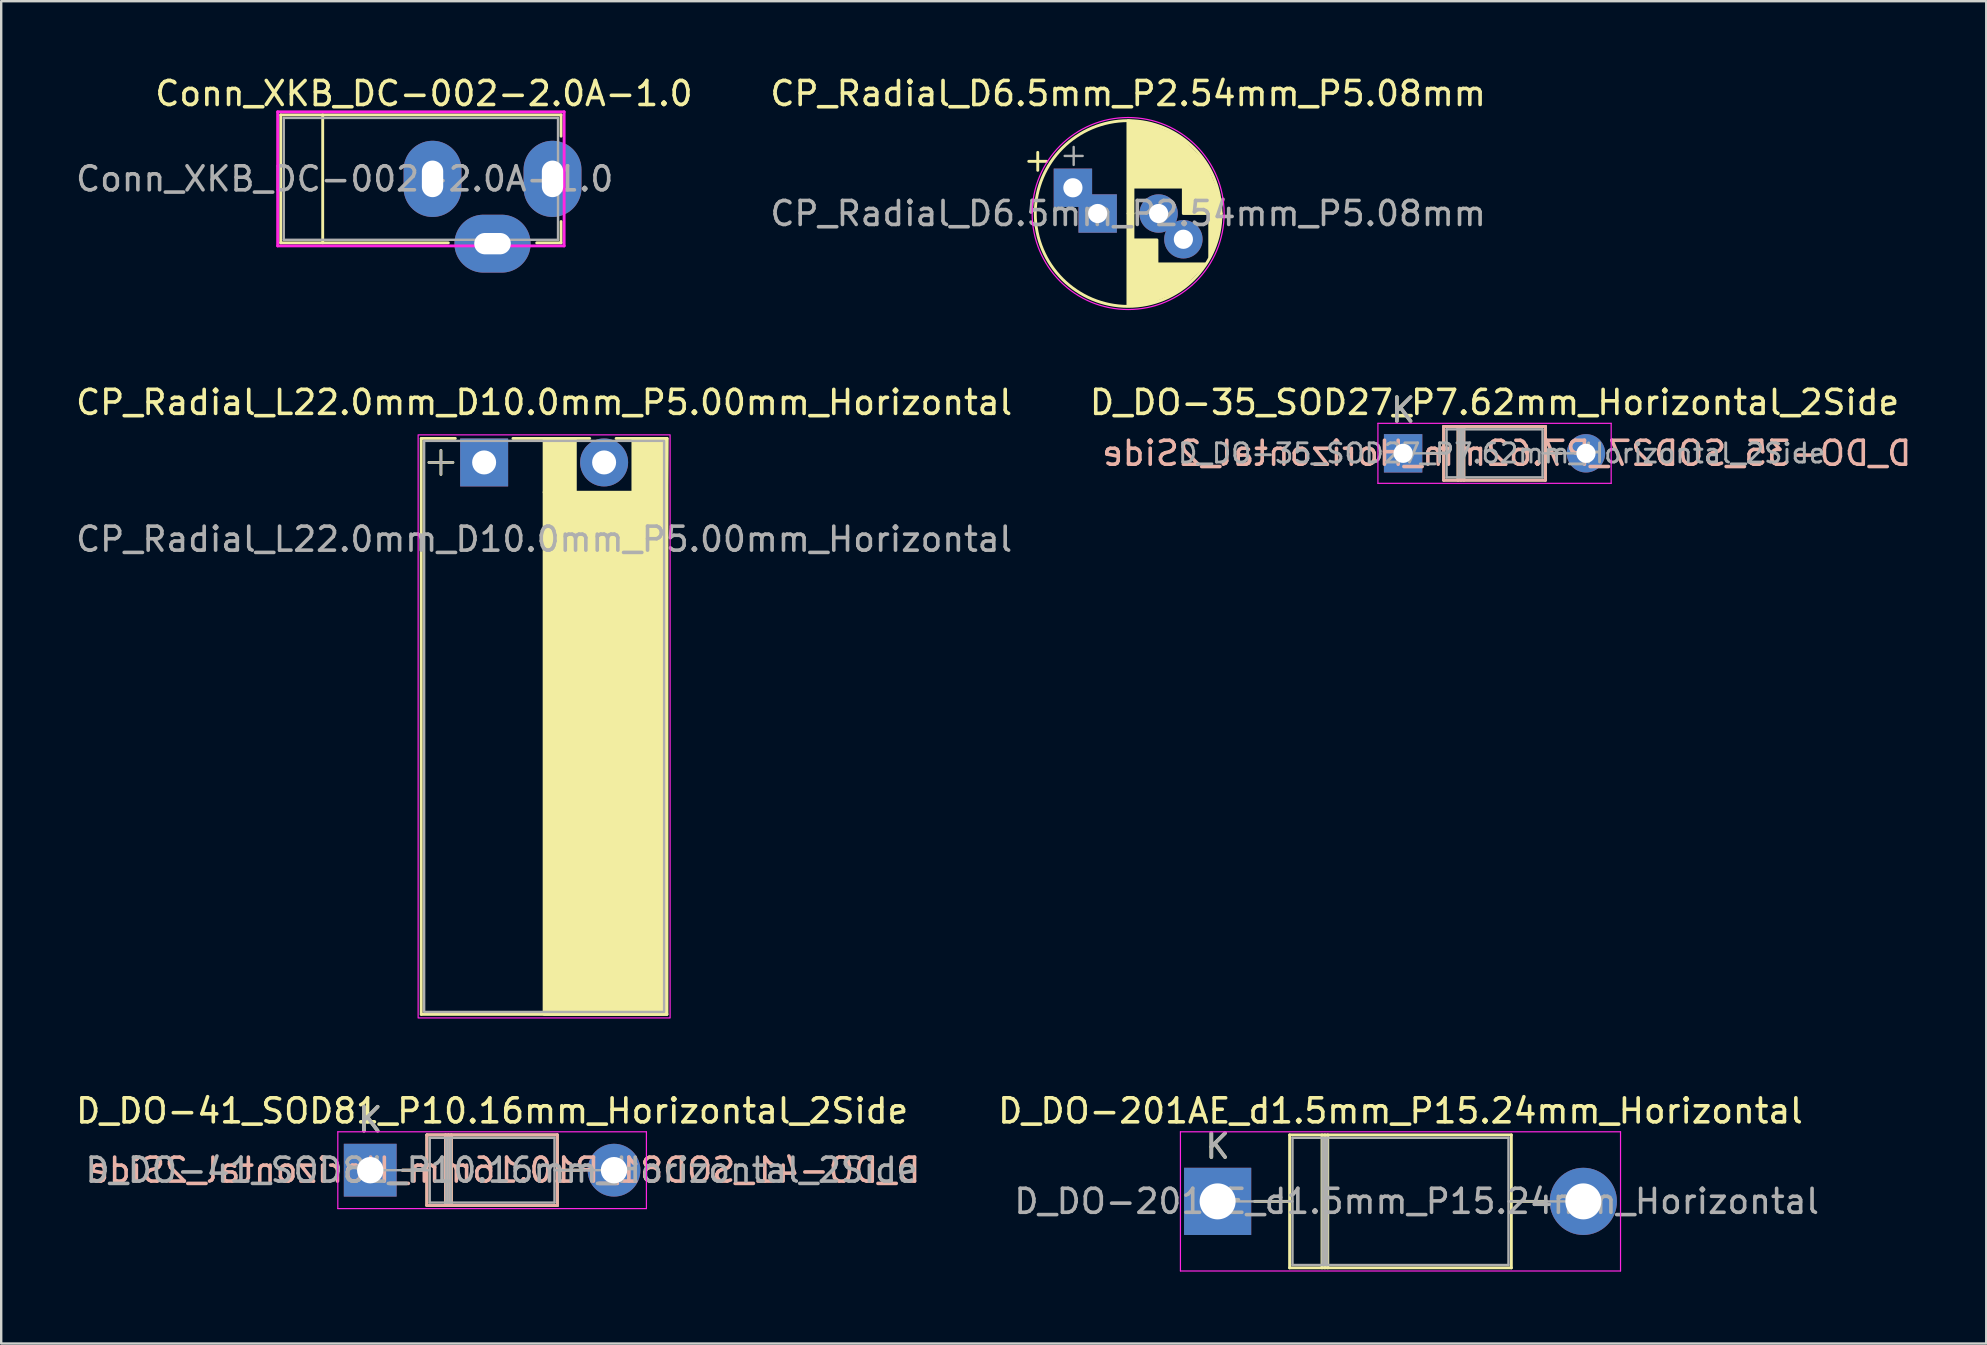
<source format=kicad_pcb>
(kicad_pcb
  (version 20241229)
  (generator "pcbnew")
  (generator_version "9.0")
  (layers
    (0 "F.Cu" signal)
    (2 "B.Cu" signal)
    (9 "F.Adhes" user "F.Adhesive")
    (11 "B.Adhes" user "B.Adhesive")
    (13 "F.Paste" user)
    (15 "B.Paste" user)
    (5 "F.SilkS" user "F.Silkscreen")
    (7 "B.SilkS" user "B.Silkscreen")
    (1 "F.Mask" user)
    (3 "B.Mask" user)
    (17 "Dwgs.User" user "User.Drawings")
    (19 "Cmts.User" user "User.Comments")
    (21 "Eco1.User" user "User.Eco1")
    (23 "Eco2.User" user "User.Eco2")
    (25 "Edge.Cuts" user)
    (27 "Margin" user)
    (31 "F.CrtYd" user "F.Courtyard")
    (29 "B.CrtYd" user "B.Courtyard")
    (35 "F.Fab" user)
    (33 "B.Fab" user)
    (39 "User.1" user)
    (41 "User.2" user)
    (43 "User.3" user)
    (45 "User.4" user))
  (footprint "D_DO-201AE_d1.5mm_P15.24mm_Horizontal"
    (layer "F.Cu")
    (at 47.692 47.015)
    (property "Reference" "D_DO-201AE_d1.5mm_P15.24mm_Horizontal" (at 7.62 -3.77 0) (layer "F.SilkS") (effects (font (size 1 1) (thickness 0.15))))
    (attr through_hole)
    (fp_line (start 1.54 0) (end 3 0) (stroke (width 0.12) (type solid)) (layer "F.SilkS"))
    (fp_line (start 3 -2.77) (end 3 2.77) (stroke (width 0.12) (type solid)) (layer "F.SilkS"))
    (fp_line (start 3 2.77) (end 12.24 2.77) (stroke (width 0.12) (type solid)) (layer "F.SilkS"))
    (fp_line (start 4.35 -2.77) (end 4.35 2.77) (stroke (width 0.12) (type solid)) (layer "F.SilkS"))
    (fp_line (start 4.47 -2.77) (end 4.47 2.77) (stroke (width 0.12) (type solid)) (layer "F.SilkS"))
    (fp_line (start 4.59 -2.77) (end 4.59 2.77) (stroke (width 0.12) (type solid)) (layer "F.SilkS"))
    (fp_line (start 12.24 -2.77) (end 3 -2.77) (stroke (width 0.12) (type solid)) (layer "F.SilkS"))
    (fp_line (start 12.24 2.77) (end 12.24 -2.77) (stroke (width 0.12) (type solid)) (layer "F.SilkS"))
    (fp_line (start 13.7 0) (end 12.24 0) (stroke (width 0.12) (type solid)) (layer "F.SilkS"))
    (fp_line (start -1.55 -2.9) (end -1.55 2.9) (stroke (width 0.05) (type solid)) (layer "F.CrtYd"))
    (fp_line (start -1.55 2.9) (end 16.79 2.9) (stroke (width 0.05) (type solid)) (layer "F.CrtYd"))
    (fp_line (start 16.79 -2.9) (end -1.55 -2.9) (stroke (width 0.05) (type solid)) (layer "F.CrtYd"))
    (fp_line (start 16.79 2.9) (end 16.79 -2.9) (stroke (width 0.05) (type solid)) (layer "F.CrtYd"))
    (fp_line (start 0 0) (end 3.12 0) (stroke (width 0.1) (type solid)) (layer "F.Fab"))
    (fp_line (start 3.12 -2.65) (end 3.12 2.65) (stroke (width 0.1) (type solid)) (layer "F.Fab"))
    (fp_line (start 3.12 2.65) (end 12.12 2.65) (stroke (width 0.1) (type solid)) (layer "F.Fab"))
    (fp_line (start 4.37 -2.65) (end 4.37 2.65) (stroke (width 0.1) (type solid)) (layer "F.Fab"))
    (fp_line (start 4.47 -2.65) (end 4.47 2.65) (stroke (width 0.1) (type solid)) (layer "F.Fab"))
    (fp_line (start 4.57 -2.65) (end 4.57 2.65) (stroke (width 0.1) (type solid)) (layer "F.Fab"))
    (fp_line (start 12.12 -2.65) (end 3.12 -2.65) (stroke (width 0.1) (type solid)) (layer "F.Fab"))
    (fp_line (start 12.12 2.65) (end 12.12 -2.65) (stroke (width 0.1) (type solid)) (layer "F.Fab"))
    (fp_line (start 15.24 0) (end 12.12 0) (stroke (width 0.1) (type solid)) (layer "F.Fab"))
    (fp_text user "K" (at 0 -2.3 0) (layer "F.SilkS") (effects (font (size 1 1) (thickness 0.15))))
    (fp_text user "K" (at 0 -2.3 0) (layer "F.Fab") (effects (font (size 1 1) (thickness 0.15))))
    (fp_text user "${REFERENCE}" (at 8.295 0 0) (layer "F.Fab") (effects (font (size 1 1) (thickness 0.15))))
    (pad "1" thru_hole rect (at 0 0) (size 2.8 2.8) (drill 1.5) (layers "*.Cu" "*.Mask"))
    (pad "2" thru_hole oval (at 15.24 0) (size 2.8 2.8) (drill 1.5) (layers "*.Cu" "*.Mask")))
  (footprint "D_DO-41_SOD81_P10.16mm_Horizontal_2Side"
    (layer "F.Cu")
    (at 12.378 45.715)
    (property "Reference" "D_DO-41_SOD81_P10.16mm_Horizontal_2Side" (at 5.08 -2.47 0) (layer "F.SilkS") (effects (font (size 1 1) (thickness 0.15))))
    (attr through_hole)
    (fp_line (start 1.34 0) (end 2.36 0) (stroke (width 0.12) (type solid)) (layer "F.SilkS"))
    (fp_line (start 2.36 -1.47) (end 2.36 1.47) (stroke (width 0.12) (type solid)) (layer "F.SilkS"))
    (fp_line (start 2.36 1.47) (end 7.8 1.47) (stroke (width 0.12) (type solid)) (layer "F.SilkS"))
    (fp_line (start 3.14 -1.47) (end 3.14 1.47) (stroke (width 0.12) (type solid)) (layer "F.SilkS"))
    (fp_line (start 3.26 -1.47) (end 3.26 1.47) (stroke (width 0.12) (type solid)) (layer "F.SilkS"))
    (fp_line (start 3.38 -1.47) (end 3.38 1.47) (stroke (width 0.12) (type solid)) (layer "F.SilkS"))
    (fp_line (start 7.8 -1.47) (end 2.36 -1.47) (stroke (width 0.12) (type solid)) (layer "F.SilkS"))
    (fp_line (start 7.8 1.47) (end 7.8 -1.47) (stroke (width 0.12) (type solid)) (layer "F.SilkS"))
    (fp_line (start 8.82 0) (end 7.8 0) (stroke (width 0.12) (type solid)) (layer "F.SilkS"))
    (fp_line (start 1.34 0) (end 2.36 0) (stroke (width 0.12) (type solid)) (layer "B.SilkS"))
    (fp_line (start 2.36 -1.47) (end 2.36 1.47) (stroke (width 0.12) (type solid)) (layer "B.SilkS"))
    (fp_line (start 2.36 1.47) (end 7.8 1.47) (stroke (width 0.12) (type solid)) (layer "B.SilkS"))
    (fp_line (start 3.14 -1.47) (end 3.14 1.47) (stroke (width 0.12) (type solid)) (layer "B.SilkS"))
    (fp_line (start 3.26 -1.47) (end 3.26 1.47) (stroke (width 0.12) (type solid)) (layer "B.SilkS"))
    (fp_line (start 3.38 -1.47) (end 3.38 1.47) (stroke (width 0.12) (type solid)) (layer "B.SilkS"))
    (fp_line (start 7.8 -1.47) (end 2.36 -1.47) (stroke (width 0.12) (type solid)) (layer "B.SilkS"))
    (fp_line (start 7.8 1.47) (end 7.8 -1.47) (stroke (width 0.12) (type solid)) (layer "B.SilkS"))
    (fp_line (start 8.82 0) (end 7.8 0) (stroke (width 0.12) (type solid)) (layer "B.SilkS"))
    (fp_line (start -1.35 -1.6) (end -1.35 1.6) (stroke (width 0.05) (type solid)) (layer "F.CrtYd"))
    (fp_line (start -1.35 1.6) (end 11.51 1.6) (stroke (width 0.05) (type solid)) (layer "F.CrtYd"))
    (fp_line (start 11.51 -1.6) (end -1.35 -1.6) (stroke (width 0.05) (type solid)) (layer "F.CrtYd"))
    (fp_line (start 11.51 1.6) (end 11.51 -1.6) (stroke (width 0.05) (type solid)) (layer "F.CrtYd"))
    (fp_line (start 0 0) (end 2.48 0) (stroke (width 0.1) (type solid)) (layer "F.Fab"))
    (fp_line (start 2.48 -1.35) (end 2.48 1.35) (stroke (width 0.1) (type solid)) (layer "F.Fab"))
    (fp_line (start 2.48 1.35) (end 7.68 1.35) (stroke (width 0.1) (type solid)) (layer "F.Fab"))
    (fp_line (start 3.16 -1.35) (end 3.16 1.35) (stroke (width 0.1) (type solid)) (layer "F.Fab"))
    (fp_line (start 3.26 -1.35) (end 3.26 1.35) (stroke (width 0.1) (type solid)) (layer "F.Fab"))
    (fp_line (start 3.36 -1.35) (end 3.36 1.35) (stroke (width 0.1) (type solid)) (layer "F.Fab"))
    (fp_line (start 7.68 -1.35) (end 2.48 -1.35) (stroke (width 0.1) (type solid)) (layer "F.Fab"))
    (fp_line (start 7.68 1.35) (end 7.68 -1.35) (stroke (width 0.1) (type solid)) (layer "F.Fab"))
    (fp_line (start 10.16 0) (end 7.68 0) (stroke (width 0.1) (type solid)) (layer "F.Fab"))
    (fp_text user "K" (at 0 -2.1 0) (layer "F.SilkS") (effects (font (size 1 1) (thickness 0.15))))
    (fp_text user "${REFERENCE}" (at 5.588 0 0) (layer "B.SilkS") (effects (font (size 1 1) (thickness 0.15)) (justify mirror)))
    (fp_text user "${REFERENCE}" (at 5.47 0 0) (layer "F.Fab") (effects (font (size 1 1) (thickness 0.15))))
    (fp_text user "K" (at 0 -2.1 0) (layer "F.Fab") (effects (font (size 1 1) (thickness 0.15))))
    (pad "1" thru_hole rect (at 0 0) (size 2.2 2.2) (drill 1.1) (layers "*.Cu" "*.Mask"))
    (pad "2" thru_hole oval (at 10.16 0) (size 2.2 2.2) (drill 1.1) (layers "*.Cu" "*.Mask")))
  (footprint "D_DO-35_SOD27_P7.62mm_Horizontal_2Side"
    (layer "F.Cu")
    (at 55.422 15.841)
    (property "Reference" "D_DO-35_SOD27_P7.62mm_Horizontal_2Side" (at 3.81 -2.12 0) (layer "F.SilkS") (effects (font (size 1 1) (thickness 0.15))))
    (attr through_hole)
    (fp_line (start 1.04 0) (end 1.69 0) (stroke (width 0.12) (type solid)) (layer "F.SilkS"))
    (fp_line (start 1.69 -1.12) (end 1.69 1.12) (stroke (width 0.12) (type solid)) (layer "F.SilkS"))
    (fp_line (start 1.69 1.12) (end 5.93 1.12) (stroke (width 0.12) (type solid)) (layer "F.SilkS"))
    (fp_line (start 2.29 -1.12) (end 2.29 1.12) (stroke (width 0.12) (type solid)) (layer "F.SilkS"))
    (fp_line (start 2.41 -1.12) (end 2.41 1.12) (stroke (width 0.12) (type solid)) (layer "F.SilkS"))
    (fp_line (start 2.53 -1.12) (end 2.53 1.12) (stroke (width 0.12) (type solid)) (layer "F.SilkS"))
    (fp_line (start 5.93 -1.12) (end 1.69 -1.12) (stroke (width 0.12) (type solid)) (layer "F.SilkS"))
    (fp_line (start 5.93 1.12) (end 5.93 -1.12) (stroke (width 0.12) (type solid)) (layer "F.SilkS"))
    (fp_line (start 6.58 0) (end 5.93 0) (stroke (width 0.12) (type solid)) (layer "F.SilkS"))
    (fp_line (start 1.04 0) (end 1.69 0) (stroke (width 0.12) (type solid)) (layer "B.SilkS"))
    (fp_line (start 1.69 -1.12) (end 1.69 1.12) (stroke (width 0.12) (type solid)) (layer "B.SilkS"))
    (fp_line (start 1.69 1.12) (end 5.93 1.12) (stroke (width 0.12) (type solid)) (layer "B.SilkS"))
    (fp_line (start 2.29 -1.12) (end 2.29 1.12) (stroke (width 0.12) (type solid)) (layer "B.SilkS"))
    (fp_line (start 2.41 -1.12) (end 2.41 1.12) (stroke (width 0.12) (type solid)) (layer "B.SilkS"))
    (fp_line (start 2.53 -1.12) (end 2.53 1.12) (stroke (width 0.12) (type solid)) (layer "B.SilkS"))
    (fp_line (start 5.93 -1.12) (end 1.69 -1.12) (stroke (width 0.12) (type solid)) (layer "B.SilkS"))
    (fp_line (start 5.93 1.12) (end 5.93 -1.12) (stroke (width 0.12) (type solid)) (layer "B.SilkS"))
    (fp_line (start 6.58 0) (end 5.93 0) (stroke (width 0.12) (type solid)) (layer "B.SilkS"))
    (fp_line (start -1.05 -1.25) (end -1.05 1.25) (stroke (width 0.05) (type solid)) (layer "F.CrtYd"))
    (fp_line (start -1.05 1.25) (end 8.67 1.25) (stroke (width 0.05) (type solid)) (layer "F.CrtYd"))
    (fp_line (start 8.67 -1.25) (end -1.05 -1.25) (stroke (width 0.05) (type solid)) (layer "F.CrtYd"))
    (fp_line (start 8.67 1.25) (end 8.67 -1.25) (stroke (width 0.05) (type solid)) (layer "F.CrtYd"))
    (fp_line (start 0 0) (end 1.81 0) (stroke (width 0.1) (type solid)) (layer "F.Fab"))
    (fp_line (start 1.81 -1) (end 1.81 1) (stroke (width 0.1) (type solid)) (layer "F.Fab"))
    (fp_line (start 1.81 1) (end 5.81 1) (stroke (width 0.1) (type solid)) (layer "F.Fab"))
    (fp_line (start 2.31 -1) (end 2.31 1) (stroke (width 0.1) (type solid)) (layer "F.Fab"))
    (fp_line (start 2.41 -1) (end 2.41 1) (stroke (width 0.1) (type solid)) (layer "F.Fab"))
    (fp_line (start 2.51 -1) (end 2.51 1) (stroke (width 0.1) (type solid)) (layer "F.Fab"))
    (fp_line (start 5.81 -1) (end 1.81 -1) (stroke (width 0.1) (type solid)) (layer "F.Fab"))
    (fp_line (start 5.81 1) (end 5.81 -1) (stroke (width 0.1) (type solid)) (layer "F.Fab"))
    (fp_line (start 7.62 0) (end 5.81 0) (stroke (width 0.1) (type solid)) (layer "F.Fab"))
    (fp_text user "K" (at 0 -1.8 0) (layer "F.SilkS") (effects (font (size 1 1) (thickness 0.15))))
    (fp_text user "${REFERENCE}" (at 4.318 0 0) (layer "B.SilkS") (effects (font (size 1 1) (thickness 0.15)) (justify mirror)))
    (fp_text user "K" (at 0 -1.8 0) (layer "F.Fab") (effects (font (size 1 1) (thickness 0.15))))
    (fp_text user "${REFERENCE}" (at 4.11 0 0) (layer "F.Fab") (effects (font (size 0.8 0.8) (thickness 0.12))))
    (pad "1" thru_hole rect (at 0 0) (size 1.6 1.6) (drill 0.8) (layers "*.Cu" "*.Mask"))
    (pad "2" thru_hole oval (at 7.62 0) (size 1.6 1.6) (drill 0.8) (layers "*.Cu" "*.Mask")))
  (footprint "CP_Radial_D6.5mm_P2.54mm_P5.08mm"
    (layer "F.Cu")
    (at 42.693 5.848)
    (property "Reference" "CP_Radial_D6.5mm_P2.54mm_P5.08mm" (at 1.27 -5 0) (layer "F.SilkS") (effects (font (size 1 1) (thickness 0.15))))
    (attr through_hole)
    (fp_line (start -2.872 -2.175) (end -2.122 -2.175) (stroke (width 0.12) (type solid)) (layer "F.SilkS"))
    (fp_line (start -2.497 -2.55) (end -2.497 -1.8) (stroke (width 0.12) (type solid)) (layer "F.SilkS"))
    (fp_line (start 1.27 -3.83) (end 1.27 3.83) (stroke (width 0.12) (type solid)) (layer "F.SilkS"))
    (fp_circle (center 1.27 0) (end 5.14 0) (stroke (width 0.12) (type solid)) (fill no) (layer "F.SilkS"))
    (fp_poly (pts (xy 5.07 0.5) (xy 4.67 1.8) (xy 4.67 0) (xy 5.14 0)) (stroke (width 0.12) (type solid)) (fill yes) (layer "F.SilkS"))
    (fp_poly (pts (xy 1.47 1.1) (xy 2.47 1.1) (xy 2.47 2.1) (xy 4.47 2.1) (xy 3.4 3.2) (xy 2.17 3.7) (xy 1.27 3.83) (xy 1.27 0) (xy 1.47 0)) (stroke (width 0.12) (type solid)) (fill yes) (layer "F.SilkS"))
    (fp_poly (pts (xy 2.17 -3.7) (xy 3.4 -3.2) (xy 4.47 -2.1) (xy 4.97 -0.9) (xy 5.14 0) (xy 3.57 0) (xy 3.57 -1.1) (xy 1.47 -1.1) (xy 1.47 0) (xy 1.27 0) (xy 1.27 -3.87)) (stroke (width 0.12) (type solid)) (fill yes) (layer "F.SilkS"))
    (fp_circle (center 1.27 0) (end 5.27 0) (stroke (width 0.05) (type solid)) (fill no) (layer "F.CrtYd"))
    (fp_line (start -1.375 -2.4) (end -0.625 -2.4) (stroke (width 0.1) (type solid)) (layer "F.Fab"))
    (fp_line (start -1 -2.775) (end -1 -2.025) (stroke (width 0.1) (type solid)) (layer "F.Fab"))
    (fp_text user "${REFERENCE}" (at 1.27 0 0) (layer "F.Fab") (effects (font (size 1 1) (thickness 0.15))))
    (pad "1" thru_hole rect (at -1.032 -1.073) (size 1.6 1.6) (drill 0.8) (layers "*.Cu" "*.Mask"))
    (pad "1" thru_hole rect (at 0 0) (size 1.6 1.6) (drill 0.8) (layers "*.Cu" "*.Mask"))
    (pad "2" thru_hole circle (at 2.54 0) (size 1.6 1.6) (drill 0.8) (layers "*.Cu" "*.Mask"))
    (pad "2" thru_hole circle (at 3.572 1.073) (size 1.6 1.6) (drill 0.8) (layers "*.Cu" "*.Mask")))
  (footprint "CP_Radial_L22.0mm_D10.0mm_P5.00mm_Horizontal"
    (layer "F.Cu")
    (at 17.125 16.221)
    (property "Reference" "CP_Radial_L22.0mm_D10.0mm_P5.00mm_Horizontal" (at 2.5 -2.5 0) (layer "F.SilkS") (effects (font (size 1 1) (thickness 0.15))))
    (attr through_hole)
    (fp_line (start -2.62 -1) (end -2.62 23) (stroke (width 0.12) (type solid)) (layer "F.SilkS"))
    (fp_line (start -2.62 -1) (end -1.2 -1) (stroke (width 0.12) (type solid)) (layer "F.SilkS"))
    (fp_line (start -2.62 23) (end 7.62 23) (stroke (width 0.12) (type solid)) (layer "F.SilkS"))
    (fp_line (start -2.3 0) (end -1.3 0) (stroke (width 0.12) (type solid)) (layer "F.SilkS"))
    (fp_line (start -1.8 -0.5) (end -1.8 0.5) (stroke (width 0.12) (type solid)) (layer "F.SilkS"))
    (fp_line (start 4.4 -1) (end 1.2 -1) (stroke (width 0.12) (type solid)) (layer "F.SilkS"))
    (fp_line (start 7.62 -1) (end 5.5 -1) (stroke (width 0.12) (type solid)) (layer "F.SilkS"))
    (fp_line (start 7.62 23) (end 7.62 -1) (stroke (width 0.12) (type solid)) (layer "F.SilkS"))
    (fp_poly (pts (xy 3.8 1.241) (xy 2.5 1.241) (xy 2.5 -1) (xy 3.8 -1)) (stroke (width 0.12) (type solid)) (fill yes) (layer "F.SilkS"))
    (fp_poly (pts (xy 7.6 1.241) (xy 6.2 1.241) (xy 6.2 -1) (xy 7.62 -1)) (stroke (width 0.12) (type solid)) (fill yes) (layer "F.SilkS"))
    (fp_poly (pts (xy 7.6 23) (xy 2.5 23) (xy 2.5 1.241) (xy 7.6 1.241)) (stroke (width 0.12) (type solid)) (fill yes) (layer "F.SilkS"))
    (fp_rect (start -2.75 -1.15) (end 7.75 23.15) (stroke (width 0.05) (type solid)) (fill no) (layer "F.CrtYd"))
    (fp_line (start -2.3 0) (end -1.3 0) (stroke (width 0.1) (type solid)) (layer "F.Fab"))
    (fp_line (start -1.8 -0.5) (end -1.8 0.5) (stroke (width 0.1) (type solid)) (layer "F.Fab"))
    (fp_rect (start -2.5 -0.9) (end 7.5 22.9) (stroke (width 0.1) (type solid)) (fill no) (layer "F.Fab"))
    (fp_text user "${REFERENCE}" (at 2.5 3.2 0) (layer "F.Fab") (effects (font (size 1 1) (thickness 0.15))))
    (pad "1" thru_hole rect (at 0 0) (size 2 2) (drill 1) (layers "*.Cu" "*.Mask"))
    (pad "2" thru_hole circle (at 5 0) (size 2 2) (drill 1) (layers "*.Cu" "*.Mask")))
  (footprint "Conn_XKB_DC-002-2.0A-1.0"
    (layer "F.Cu")
    (at 8.775 4.404)
    (property "Reference" "Conn_XKB_DC-002-2.0A-1.0" (at 5.842 -3.556 0) (layer "F.SilkS") (effects (font (size 1 1) (thickness 0.15))))
    (attr through_hole)
    (fp_line (start -0.127 -2.667) (end 11.557 -2.667) (stroke (width 0.12) (type solid)) (layer "F.SilkS"))
    (fp_line (start -0.127 2.667) (end -0.127 -2.667) (stroke (width 0.12) (type solid)) (layer "F.SilkS"))
    (fp_line (start 1.623 2.667) (end 1.623 -2.667) (stroke (width 0.12) (type solid)) (layer "F.SilkS"))
    (fp_line (start 6.858 2.667) (end -0.127 2.667) (stroke (width 0.12) (type solid)) (layer "F.SilkS"))
    (fp_line (start 11.557 -2.667) (end 11.557 -1.778) (stroke (width 0.12) (type solid)) (layer "F.SilkS"))
    (fp_line (start 11.557 1.778) (end 11.557 2.667) (stroke (width 0.12) (type solid)) (layer "F.SilkS"))
    (fp_line (start 11.557 2.667) (end 10.541 2.667) (stroke (width 0.12) (type solid)) (layer "F.SilkS"))
    (fp_line (start -0.254 -2.794) (end -0.254 2.794) (stroke (width 0.12) (type solid)) (layer "F.CrtYd"))
    (fp_line (start -0.254 2.794) (end 11.684 2.794) (stroke (width 0.12) (type solid)) (layer "F.CrtYd"))
    (fp_line (start 11.684 -2.794) (end -0.254 -2.794) (stroke (width 0.12) (type solid)) (layer "F.CrtYd"))
    (fp_line (start 11.684 2.794) (end 11.684 -2.794) (stroke (width 0.12) (type solid)) (layer "F.CrtYd"))
    (fp_line (start 0 -2.54) (end 0 2.54) (stroke (width 0.1) (type solid)) (layer "F.Fab"))
    (fp_line (start 0 2.54) (end 11.43 2.54) (stroke (width 0.1) (type solid)) (layer "F.Fab"))
    (fp_line (start 11.43 -2.54) (end 0 -2.54) (stroke (width 0.1) (type solid)) (layer "F.Fab"))
    (fp_line (start 11.43 2.54) (end 11.43 -2.54) (stroke (width 0.1) (type solid)) (layer "F.Fab"))
    (fp_text user "${REFERENCE}" (at 2.54 0 0) (layer "F.Fab") (effects (font (size 1 1) (thickness 0.15))))
    (pad "1" thru_hole oval (at 11.2 0) (size 2.413 3.175) (drill oval 0.889 1.524) (layers "*.Cu" "*.Mask"))
    (pad "2" thru_hole oval (at 6.2 0) (size 2.413 3.175) (drill oval 0.889 1.524) (layers "*.Cu" "*.Mask"))
    (pad "3" thru_hole oval (at 8.7 2.7) (size 3.175 2.413) (drill oval 1.524 0.889) (layers "*.Cu" "*.Mask")))
  (gr_rect
    (start -3 -3)
    (end 79.722 52.94)
    (stroke (width 0.1) (type default))
    (fill no)
    (layer "Edge.Cuts")))
</source>
